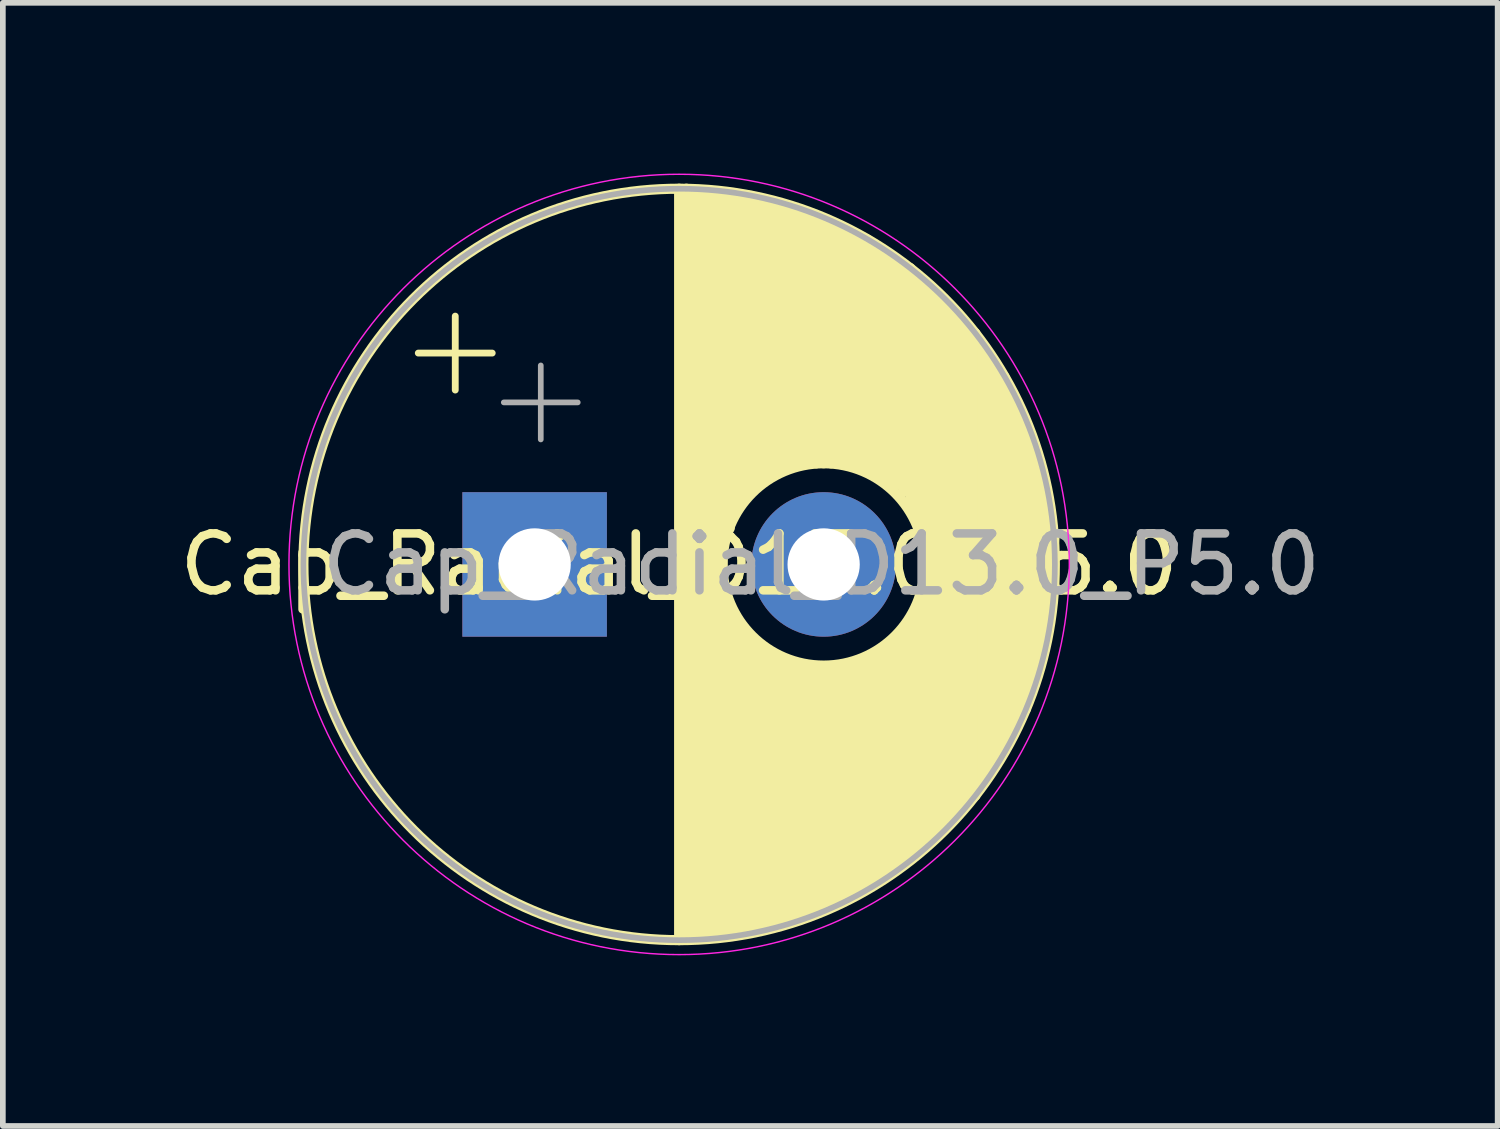
<source format=kicad_pcb>
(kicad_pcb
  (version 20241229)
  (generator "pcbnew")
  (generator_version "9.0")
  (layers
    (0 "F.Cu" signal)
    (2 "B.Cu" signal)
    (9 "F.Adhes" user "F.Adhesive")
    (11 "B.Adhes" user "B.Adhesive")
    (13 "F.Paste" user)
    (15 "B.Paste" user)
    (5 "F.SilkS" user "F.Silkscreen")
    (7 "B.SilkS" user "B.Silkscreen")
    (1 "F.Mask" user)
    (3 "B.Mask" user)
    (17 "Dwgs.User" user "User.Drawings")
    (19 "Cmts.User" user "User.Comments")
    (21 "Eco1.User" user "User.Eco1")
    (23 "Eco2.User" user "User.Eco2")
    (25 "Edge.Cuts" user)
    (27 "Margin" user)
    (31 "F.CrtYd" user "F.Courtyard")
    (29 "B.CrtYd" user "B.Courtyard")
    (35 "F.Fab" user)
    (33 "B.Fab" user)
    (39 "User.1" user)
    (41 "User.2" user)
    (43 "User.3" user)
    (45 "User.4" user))
  (footprint "Cap_Radial_D13.0_P5.0"
    (layer "F.Cu")
    (at 8.887 6.871)
    (property "Reference" "Cap_Radial_D13.0_P5.0" (at 0 0 0) (layer "F.SilkS") (effects (font (size 1 1) (thickness 0.15))))
    (attr through_hole)
    (fp_line (start -4.585 -3.715) (end -3.285 -3.715) (stroke (width 0.12) (type solid)) (layer "F.SilkS"))
    (fp_line (start -3.935 -4.365) (end -3.935 -3.065) (stroke (width 0.12) (type solid)) (layer "F.SilkS"))
    (fp_line (start 0 -6.604) (end 0 6.604) (stroke (width 0.178) (type solid)) (layer "F.SilkS"))
    (fp_line (start 0.127 -6.604) (end 0.127 6.477) (stroke (width 0.178) (type solid)) (layer "F.SilkS"))
    (fp_line (start 0.254 -6.477) (end 0.254 6.477) (stroke (width 0.178) (type solid)) (layer "F.SilkS"))
    (fp_line (start 0.381 -6.477) (end 0.381 6.477) (stroke (width 0.178) (type solid)) (layer "F.SilkS"))
    (fp_line (start 0.508 -6.477) (end 0.508 -1.778) (stroke (width 0.178) (type solid)) (layer "F.SilkS"))
    (fp_line (start 0.508 -4.826) (end 0.508 6.477) (stroke (width 0.178) (type solid)) (layer "F.SilkS"))
    (fp_line (start 0.635 -6.477) (end 0.635 6.477) (stroke (width 0.178) (type solid)) (layer "F.SilkS"))
    (fp_line (start 0.762 -6.477) (end 0.762 6.477) (stroke (width 0.178) (type solid)) (layer "F.SilkS"))
    (fp_line (start 0.889 -6.477) (end 0.889 -0.635) (stroke (width 0.178) (type solid)) (layer "F.SilkS"))
    (fp_line (start 0.889 0.762) (end 0.889 6.477) (stroke (width 0.178) (type solid)) (layer "F.SilkS"))
    (fp_line (start 1.016 -6.477) (end 1.016 -1.016) (stroke (width 0.178) (type solid)) (layer "F.SilkS"))
    (fp_line (start 1.016 1.016) (end 1.016 6.477) (stroke (width 0.178) (type solid)) (layer "F.SilkS"))
    (fp_line (start 1.143 -6.477) (end 1.143 -1.143) (stroke (width 0.178) (type solid)) (layer "F.SilkS"))
    (fp_line (start 1.143 1.143) (end 1.143 6.477) (stroke (width 0.178) (type solid)) (layer "F.SilkS"))
    (fp_line (start 1.27 -6.477) (end 1.27 -1.27) (stroke (width 0.178) (type solid)) (layer "F.SilkS"))
    (fp_line (start 1.27 1.27) (end 1.27 6.35) (stroke (width 0.178) (type solid)) (layer "F.SilkS"))
    (fp_line (start 1.397 -6.35) (end 1.397 -1.397) (stroke (width 0.178) (type solid)) (layer "F.SilkS"))
    (fp_line (start 1.397 1.397) (end 1.397 6.35) (stroke (width 0.178) (type solid)) (layer "F.SilkS"))
    (fp_line (start 1.524 -6.35) (end 1.524 -1.524) (stroke (width 0.178) (type solid)) (layer "F.SilkS"))
    (fp_line (start 1.524 1.524) (end 1.524 6.35) (stroke (width 0.178) (type solid)) (layer "F.SilkS"))
    (fp_line (start 1.651 -6.35) (end 1.651 -1.651) (stroke (width 0.178) (type solid)) (layer "F.SilkS"))
    (fp_line (start 1.651 1.651) (end 1.651 6.35) (stroke (width 0.178) (type solid)) (layer "F.SilkS"))
    (fp_line (start 1.778 -6.223) (end 1.778 -1.651) (stroke (width 0.178) (type solid)) (layer "F.SilkS"))
    (fp_line (start 1.778 1.651) (end 1.778 6.223) (stroke (width 0.178) (type solid)) (layer "F.SilkS"))
    (fp_line (start 1.905 -6.223) (end 1.905 -1.778) (stroke (width 0.178) (type solid)) (layer "F.SilkS"))
    (fp_line (start 1.905 1.778) (end 1.905 6.223) (stroke (width 0.178) (type solid)) (layer "F.SilkS"))
    (fp_line (start 2.032 -6.223) (end 2.032 -1.778) (stroke (width 0.178) (type solid)) (layer "F.SilkS"))
    (fp_line (start 2.032 1.778) (end 2.032 6.223) (stroke (width 0.178) (type solid)) (layer "F.SilkS"))
    (fp_line (start 2.159 -6.223) (end 2.159 -1.778) (stroke (width 0.178) (type solid)) (layer "F.SilkS"))
    (fp_line (start 2.159 1.778) (end 2.159 6.223) (stroke (width 0.178) (type solid)) (layer "F.SilkS"))
    (fp_line (start 2.286 -6.096) (end 2.286 -1.778) (stroke (width 0.178) (type solid)) (layer "F.SilkS"))
    (fp_line (start 2.286 1.905) (end 2.286 6.096) (stroke (width 0.178) (type solid)) (layer "F.SilkS"))
    (fp_line (start 2.413 -6.096) (end 2.413 -1.778) (stroke (width 0.178) (type solid)) (layer "F.SilkS"))
    (fp_line (start 2.413 1.905) (end 2.413 6.096) (stroke (width 0.178) (type solid)) (layer "F.SilkS"))
    (fp_line (start 2.54 -5.969) (end 2.54 -1.778) (stroke (width 0.178) (type solid)) (layer "F.SilkS"))
    (fp_line (start 2.54 1.905) (end 2.54 5.969) (stroke (width 0.178) (type solid)) (layer "F.SilkS"))
    (fp_line (start 2.667 -5.969) (end 2.667 -1.778) (stroke (width 0.178) (type solid)) (layer "F.SilkS"))
    (fp_line (start 2.667 1.905) (end 2.667 5.969) (stroke (width 0.178) (type solid)) (layer "F.SilkS"))
    (fp_line (start 2.794 -5.842) (end 2.794 -1.778) (stroke (width 0.178) (type solid)) (layer "F.SilkS"))
    (fp_line (start 2.794 1.905) (end 2.794 5.842) (stroke (width 0.178) (type solid)) (layer "F.SilkS"))
    (fp_line (start 2.921 -5.842) (end 2.921 -1.778) (stroke (width 0.178) (type solid)) (layer "F.SilkS"))
    (fp_line (start 2.921 1.778) (end 2.921 5.842) (stroke (width 0.178) (type solid)) (layer "F.SilkS"))
    (fp_line (start 3.048 -5.842) (end 3.048 -1.778) (stroke (width 0.178) (type solid)) (layer "F.SilkS"))
    (fp_line (start 3.048 1.778) (end 3.048 5.715) (stroke (width 0.178) (type solid)) (layer "F.SilkS"))
    (fp_line (start 3.175 -5.715) (end 3.175 -1.778) (stroke (width 0.178) (type solid)) (layer "F.SilkS"))
    (fp_line (start 3.175 1.778) (end 3.175 5.715) (stroke (width 0.178) (type solid)) (layer "F.SilkS"))
    (fp_line (start 3.302 -5.715) (end 3.302 -1.651) (stroke (width 0.178) (type solid)) (layer "F.SilkS"))
    (fp_line (start 3.302 1.651) (end 3.302 5.588) (stroke (width 0.178) (type solid)) (layer "F.SilkS"))
    (fp_line (start 3.429 -5.588) (end 3.429 -1.651) (stroke (width 0.178) (type solid)) (layer "F.SilkS"))
    (fp_line (start 3.429 1.651) (end 3.429 5.588) (stroke (width 0.178) (type solid)) (layer "F.SilkS"))
    (fp_line (start 3.556 -5.461) (end 3.556 -1.524) (stroke (width 0.178) (type solid)) (layer "F.SilkS"))
    (fp_line (start 3.556 1.524) (end 3.556 5.461) (stroke (width 0.178) (type solid)) (layer "F.SilkS"))
    (fp_line (start 3.683 -5.461) (end 3.683 -1.397) (stroke (width 0.178) (type solid)) (layer "F.SilkS"))
    (fp_line (start 3.683 1.397) (end 3.683 5.461) (stroke (width 0.178) (type solid)) (layer "F.SilkS"))
    (fp_line (start 3.81 -5.334) (end 3.81 -1.397) (stroke (width 0.178) (type solid)) (layer "F.SilkS"))
    (fp_line (start 3.81 1.27) (end 3.81 5.334) (stroke (width 0.178) (type solid)) (layer "F.SilkS"))
    (fp_line (start 3.937 -5.207) (end 3.937 -1.27) (stroke (width 0.178) (type solid)) (layer "F.SilkS"))
    (fp_line (start 3.937 1.143) (end 3.937 5.207) (stroke (width 0.178) (type solid)) (layer "F.SilkS"))
    (fp_line (start 4.064 -5.207) (end 4.064 -1.016) (stroke (width 0.178) (type solid)) (layer "F.SilkS"))
    (fp_line (start 4.064 1.016) (end 4.064 5.08) (stroke (width 0.178) (type solid)) (layer "F.SilkS"))
    (fp_line (start 4.191 -5.08) (end 4.191 -0.762) (stroke (width 0.178) (type solid)) (layer "F.SilkS"))
    (fp_line (start 4.191 0.762) (end 4.191 5.08) (stroke (width 0.178) (type solid)) (layer "F.SilkS"))
    (fp_line (start 4.318 -4.953) (end 4.318 4.953) (stroke (width 0.178) (type solid)) (layer "F.SilkS"))
    (fp_line (start 4.445 -4.826) (end 4.445 4.826) (stroke (width 0.178) (type solid)) (layer "F.SilkS"))
    (fp_line (start 4.572 -4.699) (end 4.572 4.699) (stroke (width 0.178) (type solid)) (layer "F.SilkS"))
    (fp_line (start 4.699 -4.572) (end 4.699 4.572) (stroke (width 0.178) (type solid)) (layer "F.SilkS"))
    (fp_line (start 4.826 -4.445) (end 4.826 1.651) (stroke (width 0.178) (type solid)) (layer "F.SilkS"))
    (fp_line (start 4.826 -1.397) (end 4.826 4.445) (stroke (width 0.178) (type solid)) (layer "F.SilkS"))
    (fp_line (start 4.953 -4.318) (end 4.953 4.318) (stroke (width 0.178) (type solid)) (layer "F.SilkS"))
    (fp_line (start 5.08 -4.191) (end 5.08 4.191) (stroke (width 0.178) (type solid)) (layer "F.SilkS"))
    (fp_line (start 5.207 -4.064) (end 5.207 4.064) (stroke (width 0.178) (type solid)) (layer "F.SilkS"))
    (fp_line (start 5.334 -3.81) (end 5.334 3.81) (stroke (width 0.178) (type solid)) (layer "F.SilkS"))
    (fp_line (start 5.461 -3.556) (end 5.461 3.556) (stroke (width 0.178) (type solid)) (layer "F.SilkS"))
    (fp_line (start 5.588 -3.429) (end 5.588 3.429) (stroke (width 0.178) (type solid)) (layer "F.SilkS"))
    (fp_line (start 5.715 -3.302) (end 5.715 3.175) (stroke (width 0.178) (type solid)) (layer "F.SilkS"))
    (fp_line (start 5.842 -3.048) (end 5.842 2.921) (stroke (width 0.178) (type solid)) (layer "F.SilkS"))
    (fp_line (start 5.969 -2.794) (end 5.969 2.794) (stroke (width 0.178) (type solid)) (layer "F.SilkS"))
    (fp_line (start 6.096 -2.413) (end 6.096 2.54) (stroke (width 0.178) (type solid)) (layer "F.SilkS"))
    (fp_line (start 6.223 -2.159) (end 6.223 2.159) (stroke (width 0.178) (type solid)) (layer "F.SilkS"))
    (fp_line (start 6.35 -1.778) (end 6.35 1.778) (stroke (width 0.178) (type solid)) (layer "F.SilkS"))
    (fp_line (start 6.477 -1.143) (end 6.477 1.143) (stroke (width 0.178) (type solid)) (layer "F.SilkS"))
    (fp_circle (center 0 0) (end 6.604 0) (stroke (width 0.178) (type solid)) (fill no) (layer "F.SilkS"))
    (fp_circle (center 2.54 0) (end 4.318 0) (stroke (width 0.178) (type solid)) (fill no) (layer "F.SilkS"))
    (fp_circle (center 0 0) (end 6.858 0) (stroke (width 0.025) (type solid)) (fill no) (layer "F.CrtYd"))
    (fp_line (start -3.082 -2.848) (end -1.782 -2.848) (stroke (width 0.1) (type solid)) (layer "F.Fab"))
    (fp_line (start -2.432 -3.498) (end -2.432 -2.197) (stroke (width 0.1) (type solid)) (layer "F.Fab"))
    (fp_circle (center 0 0) (end -6.604 0) (stroke (width 0.1) (type solid)) (fill no) (layer "F.Fab"))
    (fp_text user "${REFERENCE}" (at 2.5 0 0) (layer "F.Fab") (effects (font (size 1 1) (thickness 0.15))))
    (pad "N" thru_hole circle (at 2.54 0) (size 2.54 2.54) (drill 1.27) (layers "*.Cu" "*.Mask"))
    (pad "P" thru_hole rect (at -2.54 0) (size 2.54 2.54) (drill 1.27) (layers "*.Cu" "*.Mask")))
  (gr_rect
    (start -3 -3)
    (end 23.274 16.741)
    (stroke (width 0.1) (type default))
    (fill no)
    (layer "Edge.Cuts")))
</source>
